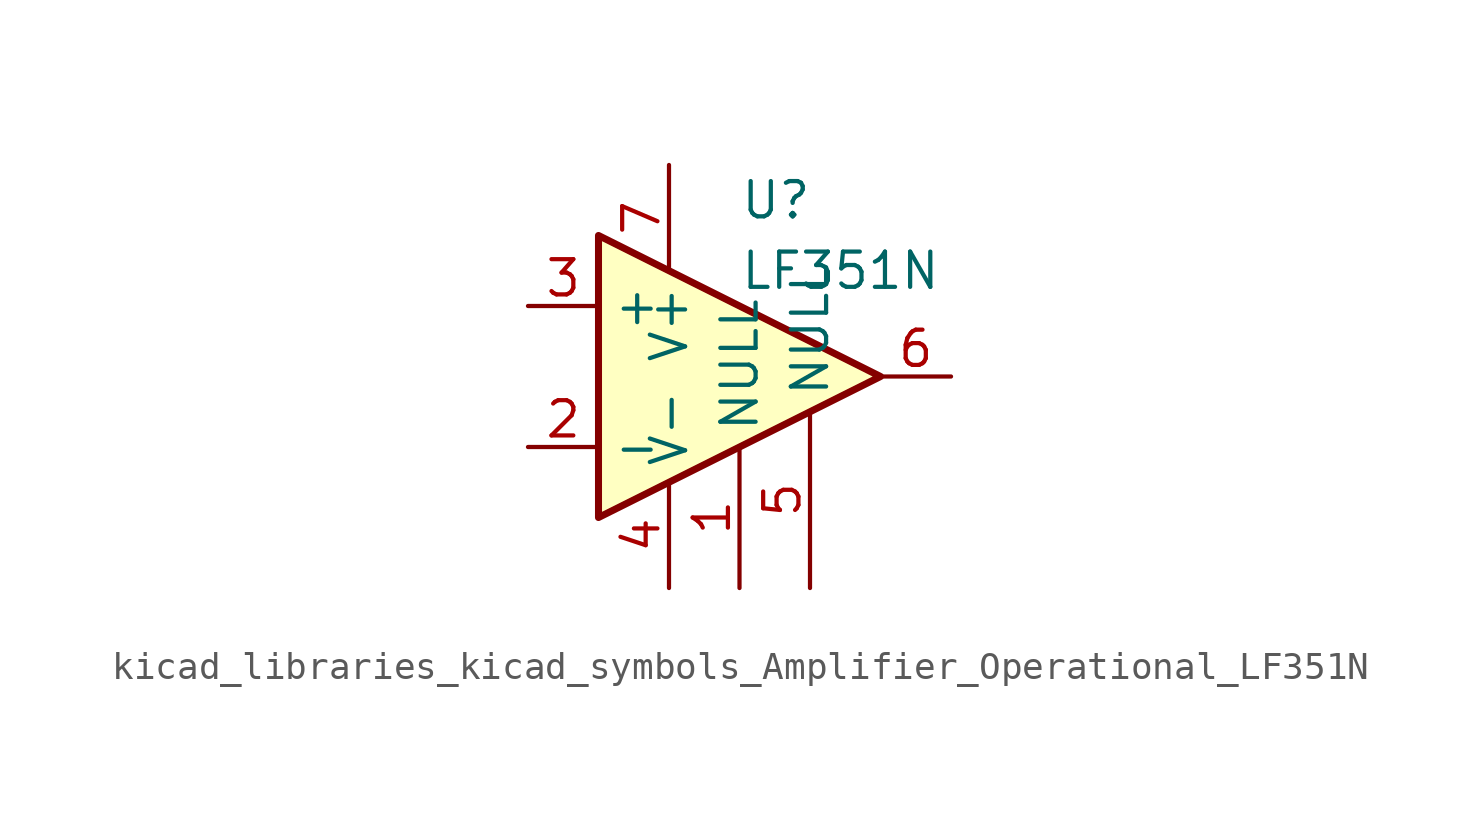
<source format=kicad_sym>
(kicad_symbol_lib
  (version 20220914)
  (generator kicad_symbol_editor)
  (symbol "kicad_libraries_kicad_symbols_Amplifier_Operational_LF351N"
    (property "Reference" "U"
      (at 0 6.35 0)
      (effects (font (size 1.27 1.27)) (justify left)))
    (property "Value" "LF351N"
      (at 0 3.81 0)
      (effects (font (size 1.27 1.27)) (justify left)))
    (symbol "kicad_libraries_kicad_symbols_Amplifier_Operational_LF351N_0_1"
      (polyline (pts (xy -5.08 5.08) (xy 5.08 0) (xy -5.08 -5.08) (xy -5.08 5.08)) (stroke (width 0.254) (type default)) (fill (type background))))
    (symbol "kicad_libraries_kicad_symbols_Amplifier_Operational_LF351N_1_1"
      (pin input line (at 0 -7.62 90) (length 5.08) (name "NULL" (effects (font (size 1.27 1.27)))) (number "1" (effects (font (size 1.27 1.27)))))
      (pin input line (at -7.62 -2.54 0) (length 2.54) (name "-" (effects (font (size 1.27 1.27)))) (number "2" (effects (font (size 1.27 1.27)))))
      (pin input line (at -7.62 2.54 0) (length 2.54) (name "+" (effects (font (size 1.27 1.27)))) (number "3" (effects (font (size 1.27 1.27)))))
      (pin power_in line (at -2.54 -7.62 90) (length 3.81) (name "V-" (effects (font (size 1.27 1.27)))) (number "4" (effects (font (size 1.27 1.27)))))
      (pin input line (at 2.54 -7.62 90) (length 6.35) (name "NULL" (effects (font (size 1.27 1.27)))) (number "5" (effects (font (size 1.27 1.27)))))
      (pin output line (at 7.62 0 180) (length 2.54) (name "~" (effects (font (size 1.27 1.27)))) (number "6" (effects (font (size 1.27 1.27)))))
      (pin power_in line (at -2.54 7.62 270) (length 3.81) (name "V+" (effects (font (size 1.27 1.27)))) (number "7" (effects (font (size 1.27 1.27)))))
      (pin no_connect line (at 0 2.54 270) (length 2.54) hide (name "NC" (effects (font (size 1.27 1.27)))) (number "8" (effects (font (size 1.27 1.27))))))))
</source>
